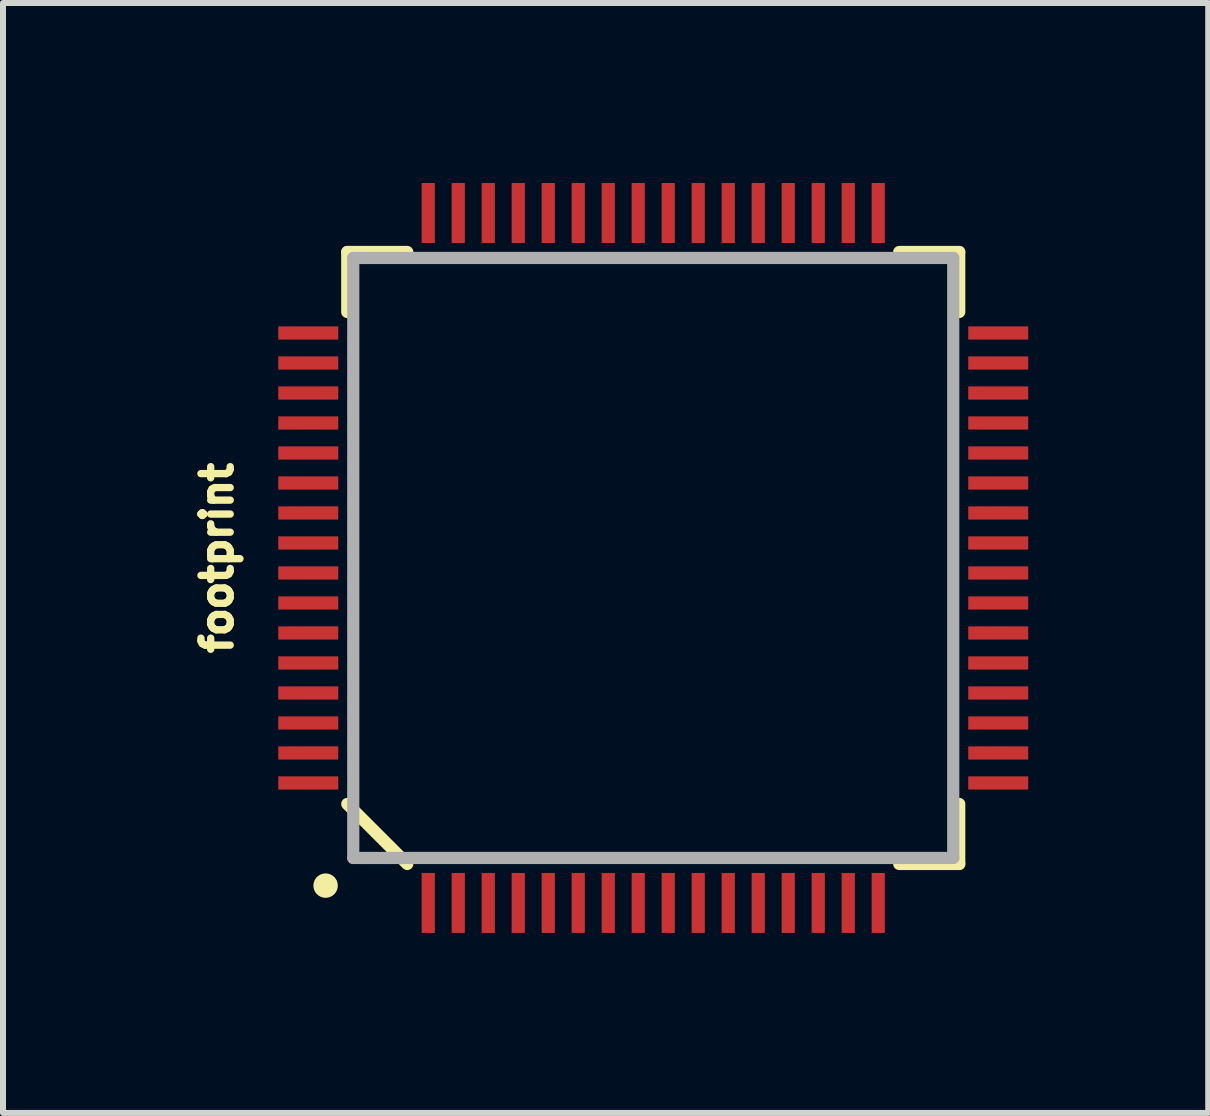
<source format=kicad_pcb>
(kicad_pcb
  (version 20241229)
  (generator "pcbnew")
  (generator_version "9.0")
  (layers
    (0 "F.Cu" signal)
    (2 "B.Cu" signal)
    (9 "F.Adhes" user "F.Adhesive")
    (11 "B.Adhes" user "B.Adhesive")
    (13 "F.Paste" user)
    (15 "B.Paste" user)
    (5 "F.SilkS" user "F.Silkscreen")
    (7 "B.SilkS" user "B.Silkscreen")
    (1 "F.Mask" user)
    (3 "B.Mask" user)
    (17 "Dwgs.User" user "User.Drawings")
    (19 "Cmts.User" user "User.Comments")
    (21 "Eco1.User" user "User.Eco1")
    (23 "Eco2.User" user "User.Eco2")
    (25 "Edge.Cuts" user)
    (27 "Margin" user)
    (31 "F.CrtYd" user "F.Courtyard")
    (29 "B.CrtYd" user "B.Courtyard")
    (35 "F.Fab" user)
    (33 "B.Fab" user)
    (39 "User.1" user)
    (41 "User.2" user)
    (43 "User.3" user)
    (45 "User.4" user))
  (footprint "footprint"
    (layer "F.Cu")
    (at 7.838 6.25)
    (property "Reference" "footprint" (at -6.985 0 90) (layer "F.SilkS") (effects (font (size 0.488 0.488) (thickness 0.122)) (justify bottom)))
    (fp_line (start -5.1 -5.1) (end -4.1 -5.1) (stroke (width 0.203) (type solid)) (layer "F.SilkS"))
    (fp_line (start -5.1 -4.1) (end -5.1 -5.1) (stroke (width 0.203) (type solid)) (layer "F.SilkS"))
    (fp_line (start -5.1 4.1) (end -4.1 5.1) (stroke (width 0.203) (type solid)) (layer "F.SilkS"))
    (fp_line (start 4.1 -5.1) (end 5.1 -5.1) (stroke (width 0.203) (type solid)) (layer "F.SilkS"))
    (fp_line (start 4.1 5.1) (end 5.1 5.1) (stroke (width 0.203) (type solid)) (layer "F.SilkS"))
    (fp_line (start 5.1 -5.1) (end 5.1 -4.1) (stroke (width 0.203) (type solid)) (layer "F.SilkS"))
    (fp_line (start 5.1 5.1) (end 5.1 4.1) (stroke (width 0.203) (type solid)) (layer "F.SilkS"))
    (fp_circle (center -5.461 5.461) (end -5.359 5.461) (stroke (width 0.203) (type solid)) (fill no) (layer "F.SilkS"))
    (fp_line (start -5 -5) (end 5 -5) (stroke (width 0.203) (type solid)) (layer "F.Fab"))
    (fp_line (start -5 5) (end -5 -5) (stroke (width 0.203) (type solid)) (layer "F.Fab"))
    (fp_line (start 5 -5) (end 5 5) (stroke (width 0.203) (type solid)) (layer "F.Fab"))
    (fp_line (start 5 5) (end -5 5) (stroke (width 0.203) (type solid)) (layer "F.Fab"))
    (pad "1" smd rect (at -3.75 5.75) (size 0.22 1) (layers "F.Cu" "F.Mask" "F.Paste"))
    (pad "2" smd rect (at -3.25 5.75) (size 0.22 1) (layers "F.Cu" "F.Mask" "F.Paste"))
    (pad "3" smd rect (at -2.75 5.75) (size 0.22 1) (layers "F.Cu" "F.Mask" "F.Paste"))
    (pad "4" smd rect (at -2.25 5.75) (size 0.22 1) (layers "F.Cu" "F.Mask" "F.Paste"))
    (pad "5" smd rect (at -1.75 5.75) (size 0.22 1) (layers "F.Cu" "F.Mask" "F.Paste"))
    (pad "6" smd rect (at -1.25 5.75) (size 0.22 1) (layers "F.Cu" "F.Mask" "F.Paste"))
    (pad "7" smd rect (at -0.75 5.75) (size 0.22 1) (layers "F.Cu" "F.Mask" "F.Paste"))
    (pad "8" smd rect (at -0.25 5.75) (size 0.22 1) (layers "F.Cu" "F.Mask" "F.Paste"))
    (pad "9" smd rect (at 0.25 5.75) (size 0.22 1) (layers "F.Cu" "F.Mask" "F.Paste"))
    (pad "10" smd rect (at 0.75 5.75) (size 0.22 1) (layers "F.Cu" "F.Mask" "F.Paste"))
    (pad "11" smd rect (at 1.25 5.75) (size 0.22 1) (layers "F.Cu" "F.Mask" "F.Paste"))
    (pad "12" smd rect (at 1.75 5.75) (size 0.22 1) (layers "F.Cu" "F.Mask" "F.Paste"))
    (pad "13" smd rect (at 2.25 5.75) (size 0.22 1) (layers "F.Cu" "F.Mask" "F.Paste"))
    (pad "14" smd rect (at 2.75 5.75) (size 0.22 1) (layers "F.Cu" "F.Mask" "F.Paste"))
    (pad "15" smd rect (at 3.25 5.75) (size 0.22 1) (layers "F.Cu" "F.Mask" "F.Paste"))
    (pad "16" smd rect (at 3.75 5.75) (size 0.22 1) (layers "F.Cu" "F.Mask" "F.Paste"))
    (pad "17" smd rect (at 5.75 3.75 90) (size 0.22 1) (layers "F.Cu" "F.Mask" "F.Paste"))
    (pad "18" smd rect (at 5.75 3.25 90) (size 0.22 1) (layers "F.Cu" "F.Mask" "F.Paste"))
    (pad "19" smd rect (at 5.75 2.75 90) (size 0.22 1) (layers "F.Cu" "F.Mask" "F.Paste"))
    (pad "20" smd rect (at 5.75 2.25 90) (size 0.22 1) (layers "F.Cu" "F.Mask" "F.Paste"))
    (pad "21" smd rect (at 5.75 1.75 90) (size 0.22 1) (layers "F.Cu" "F.Mask" "F.Paste"))
    (pad "22" smd rect (at 5.75 1.25 90) (size 0.22 1) (layers "F.Cu" "F.Mask" "F.Paste"))
    (pad "23" smd rect (at 5.75 0.75 90) (size 0.22 1) (layers "F.Cu" "F.Mask" "F.Paste"))
    (pad "24" smd rect (at 5.75 0.25 90) (size 0.22 1) (layers "F.Cu" "F.Mask" "F.Paste"))
    (pad "25" smd rect (at 5.75 -0.25 90) (size 0.22 1) (layers "F.Cu" "F.Mask" "F.Paste"))
    (pad "26" smd rect (at 5.75 -0.75 90) (size 0.22 1) (layers "F.Cu" "F.Mask" "F.Paste"))
    (pad "27" smd rect (at 5.75 -1.25 90) (size 0.22 1) (layers "F.Cu" "F.Mask" "F.Paste"))
    (pad "28" smd rect (at 5.75 -1.75 90) (size 0.22 1) (layers "F.Cu" "F.Mask" "F.Paste"))
    (pad "29" smd rect (at 5.75 -2.25 90) (size 0.22 1) (layers "F.Cu" "F.Mask" "F.Paste"))
    (pad "30" smd rect (at 5.75 -2.75 90) (size 0.22 1) (layers "F.Cu" "F.Mask" "F.Paste"))
    (pad "31" smd rect (at 5.75 -3.25 90) (size 0.22 1) (layers "F.Cu" "F.Mask" "F.Paste"))
    (pad "32" smd rect (at 5.75 -3.75 90) (size 0.22 1) (layers "F.Cu" "F.Mask" "F.Paste"))
    (pad "33" smd rect (at 3.75 -5.75 180) (size 0.22 1) (layers "F.Cu" "F.Mask" "F.Paste"))
    (pad "34" smd rect (at 3.25 -5.75 180) (size 0.22 1) (layers "F.Cu" "F.Mask" "F.Paste"))
    (pad "35" smd rect (at 2.75 -5.75 180) (size 0.22 1) (layers "F.Cu" "F.Mask" "F.Paste"))
    (pad "36" smd rect (at 2.25 -5.75 180) (size 0.22 1) (layers "F.Cu" "F.Mask" "F.Paste"))
    (pad "37" smd rect (at 1.75 -5.75 180) (size 0.22 1) (layers "F.Cu" "F.Mask" "F.Paste"))
    (pad "38" smd rect (at 1.25 -5.75 180) (size 0.22 1) (layers "F.Cu" "F.Mask" "F.Paste"))
    (pad "39" smd rect (at 0.75 -5.75 180) (size 0.22 1) (layers "F.Cu" "F.Mask" "F.Paste"))
    (pad "40" smd rect (at 0.25 -5.75 180) (size 0.22 1) (layers "F.Cu" "F.Mask" "F.Paste"))
    (pad "41" smd rect (at -0.25 -5.75 180) (size 0.22 1) (layers "F.Cu" "F.Mask" "F.Paste"))
    (pad "42" smd rect (at -0.75 -5.75 180) (size 0.22 1) (layers "F.Cu" "F.Mask" "F.Paste"))
    (pad "43" smd rect (at -1.25 -5.75 180) (size 0.22 1) (layers "F.Cu" "F.Mask" "F.Paste"))
    (pad "44" smd rect (at -1.75 -5.75 180) (size 0.22 1) (layers "F.Cu" "F.Mask" "F.Paste"))
    (pad "45" smd rect (at -2.25 -5.75 180) (size 0.22 1) (layers "F.Cu" "F.Mask" "F.Paste"))
    (pad "46" smd rect (at -2.75 -5.75 180) (size 0.22 1) (layers "F.Cu" "F.Mask" "F.Paste"))
    (pad "47" smd rect (at -3.25 -5.75 180) (size 0.22 1) (layers "F.Cu" "F.Mask" "F.Paste"))
    (pad "48" smd rect (at -3.75 -5.75 180) (size 0.22 1) (layers "F.Cu" "F.Mask" "F.Paste"))
    (pad "49" smd rect (at -5.75 -3.75 270) (size 0.22 1) (layers "F.Cu" "F.Mask" "F.Paste"))
    (pad "50" smd rect (at -5.75 -3.25 270) (size 0.22 1) (layers "F.Cu" "F.Mask" "F.Paste"))
    (pad "51" smd rect (at -5.75 -2.75 270) (size 0.22 1) (layers "F.Cu" "F.Mask" "F.Paste"))
    (pad "52" smd rect (at -5.75 -2.25 270) (size 0.22 1) (layers "F.Cu" "F.Mask" "F.Paste"))
    (pad "53" smd rect (at -5.75 -1.75 270) (size 0.22 1) (layers "F.Cu" "F.Mask" "F.Paste"))
    (pad "54" smd rect (at -5.75 -1.25 270) (size 0.22 1) (layers "F.Cu" "F.Mask" "F.Paste"))
    (pad "55" smd rect (at -5.75 -0.75 270) (size 0.22 1) (layers "F.Cu" "F.Mask" "F.Paste"))
    (pad "56" smd rect (at -5.75 -0.25 270) (size 0.22 1) (layers "F.Cu" "F.Mask" "F.Paste"))
    (pad "57" smd rect (at -5.75 0.25 270) (size 0.22 1) (layers "F.Cu" "F.Mask" "F.Paste"))
    (pad "58" smd rect (at -5.75 0.75 270) (size 0.22 1) (layers "F.Cu" "F.Mask" "F.Paste"))
    (pad "59" smd rect (at -5.75 1.25 270) (size 0.22 1) (layers "F.Cu" "F.Mask" "F.Paste"))
    (pad "60" smd rect (at -5.75 1.75 270) (size 0.22 1) (layers "F.Cu" "F.Mask" "F.Paste"))
    (pad "61" smd rect (at -5.75 2.25 270) (size 0.22 1) (layers "F.Cu" "F.Mask" "F.Paste"))
    (pad "62" smd rect (at -5.75 2.75 270) (size 0.22 1) (layers "F.Cu" "F.Mask" "F.Paste"))
    (pad "63" smd rect (at -5.75 3.25 270) (size 0.22 1) (layers "F.Cu" "F.Mask" "F.Paste"))
    (pad "64" smd rect (at -5.75 3.75 270) (size 0.22 1) (layers "F.Cu" "F.Mask" "F.Paste")))
  (gr_rect
    (start -3 -3)
    (end 17.088 15.5)
    (stroke (width 0.1) (type default))
    (fill no)
    (layer "Edge.Cuts")))
</source>
